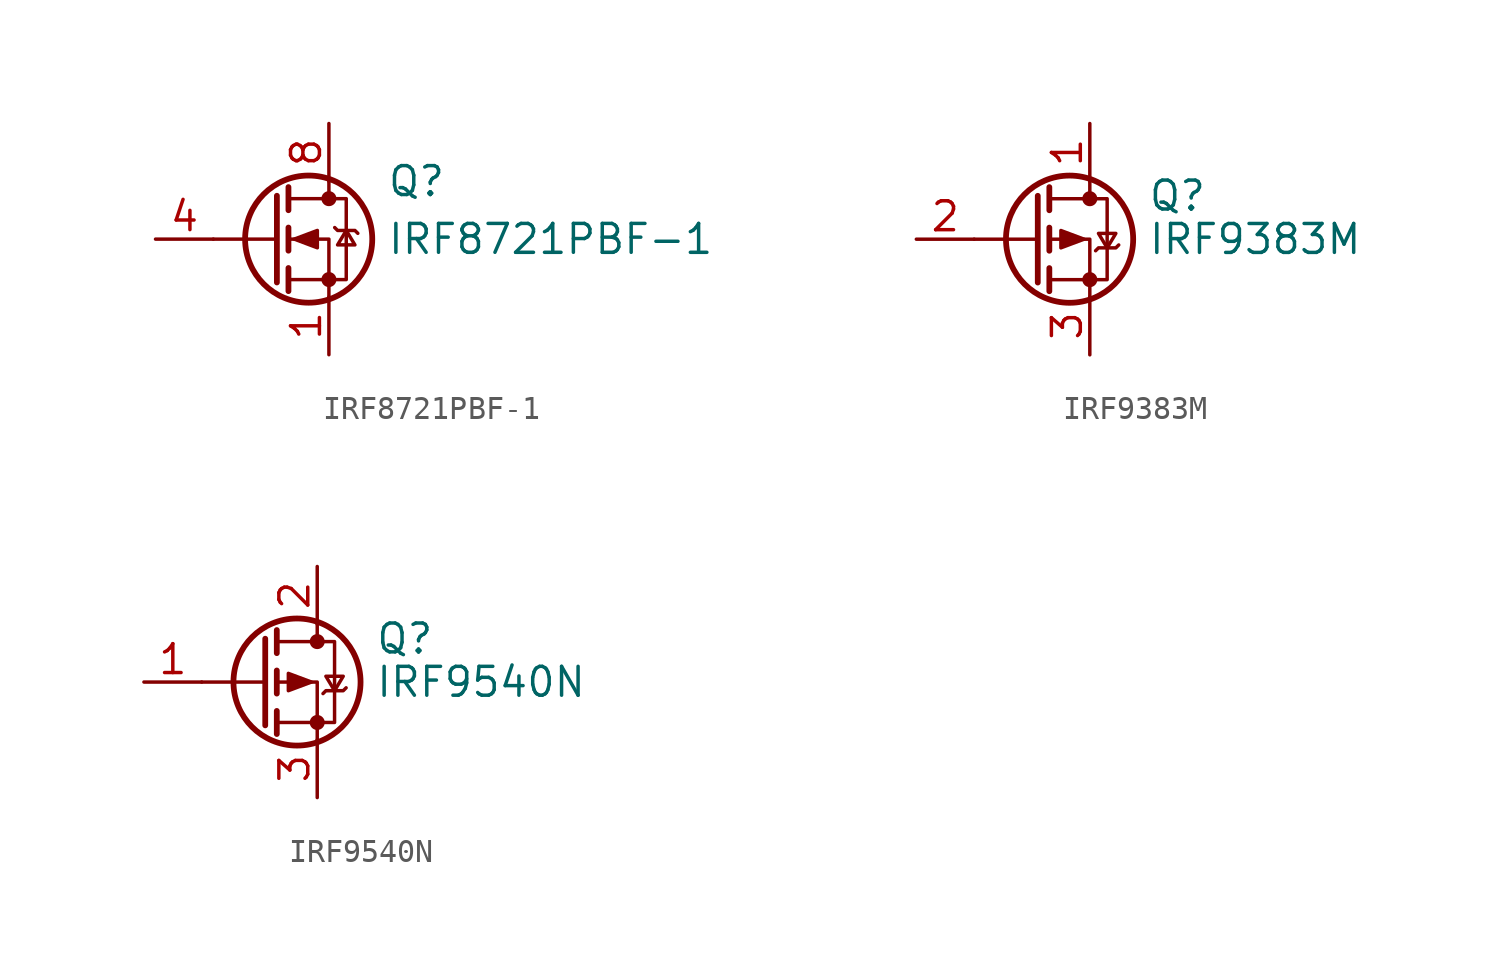
<source format=kicad_sym>
(kicad_symbol_lib
  (version 20200908)
  (generator kicad_symbol_editor)
  (symbol "Transistor_FET:IRF8721PBF-1"
    (pin_names hide)
    (property "Reference" "Q"
      (at 5.08 2.54 0)
      (effects (font (size 1.27 1.27)) (justify left)))
    (property "Value" "IRF8721PBF-1"
      (at 5.08 0 0)
      (effects (font (size 1.27 1.27)) (justify left)))
    (symbol "IRF8721PBF-1_0_1"
      (circle (center 1.651 0) (radius 2.794) (stroke (width 0.254)) (fill (type none)))
      (circle (center 2.54 -1.778) (radius 0.254) (stroke (width 0)) (fill (type outline)))
      (circle (center 2.54 1.778) (radius 0.254) (stroke (width 0)) (fill (type outline)))
      (polyline (pts (xy 0.254 0) (xy -2.54 0)) (stroke (width 0)) (fill (type none)))
      (polyline (pts (xy 0.254 1.905) (xy 0.254 -1.905)) (stroke (width 0.254)) (fill (type none)))
      (polyline (pts (xy 0.762 -1.27) (xy 0.762 -2.286)) (stroke (width 0.254)) (fill (type none)))
      (polyline (pts (xy 0.762 0.508) (xy 0.762 -0.508)) (stroke (width 0.254)) (fill (type none)))
      (polyline (pts (xy 0.762 2.286) (xy 0.762 1.27)) (stroke (width 0.254)) (fill (type none)))
      (polyline (pts (xy 2.54 2.54) (xy 2.54 1.778)) (stroke (width 0)) (fill (type none)))
      (polyline (pts (xy 2.54 -2.54) (xy 2.54 0) (xy 0.762 0)) (stroke (width 0)) (fill (type none)))
      (polyline (pts (xy 0.762 -1.778) (xy 3.302 -1.778) (xy 3.302 1.778) (xy 0.762 1.778)) (stroke (width 0)) (fill (type none)))
      (polyline (pts (xy 1.016 0) (xy 2.032 0.381) (xy 2.032 -0.381) (xy 1.016 0)) (stroke (width 0)) (fill (type outline)))
      (polyline (pts (xy 2.794 0.508) (xy 2.921 0.381) (xy 3.683 0.381) (xy 3.81 0.254)) (stroke (width 0)) (fill (type none)))
      (polyline (pts (xy 3.302 0.381) (xy 2.921 -0.254) (xy 3.683 -0.254) (xy 3.302 0.381)) (stroke (width 0)) (fill (type none))))
    (symbol "IRF8721PBF-1_1_1"
      (pin passive line (at 2.54 -5.08 90) (length 2.54) (name "S" (effects (font (size 1.27 1.27)))) (number "1" (effects (font (size 1.27 1.27)))))
      (pin passive line (at 2.54 -5.08 90) (length 2.54) hide (name "S" (effects (font (size 1.27 1.27)))) (number "2" (effects (font (size 1.27 1.27)))))
      (pin passive line (at 2.54 -5.08 90) (length 2.54) hide (name "S" (effects (font (size 1.27 1.27)))) (number "3" (effects (font (size 1.27 1.27)))))
      (pin input line (at -5.08 0 0) (length 2.54) (name "G" (effects (font (size 1.27 1.27)))) (number "4" (effects (font (size 1.27 1.27)))))
      (pin passive line (at 2.54 5.08 270) (length 2.54) hide (name "D" (effects (font (size 1.27 1.27)))) (number "5" (effects (font (size 1.27 1.27)))))
      (pin passive line (at 2.54 5.08 270) (length 2.54) hide (name "D" (effects (font (size 1.27 1.27)))) (number "6" (effects (font (size 1.27 1.27)))))
      (pin passive line (at 2.54 5.08 270) (length 2.54) hide (name "D" (effects (font (size 1.27 1.27)))) (number "7" (effects (font (size 1.27 1.27)))))
      (pin passive line (at 2.54 5.08 270) (length 2.54) (name "D" (effects (font (size 1.27 1.27)))) (number "8" (effects (font (size 1.27 1.27)))))))
  (symbol "Transistor_FET:IRF9383M"
    (pin_names hide)
    (property "Reference" "Q"
      (at 5.08 1.905 0)
      (effects (font (size 1.27 1.27)) (justify left)))
    (property "Value" "IRF9383M"
      (at 5.08 0 0)
      (effects (font (size 1.27 1.27)) (justify left)))
    (symbol "IRF9383M_0_1"
      (circle (center 1.651 0) (radius 2.794) (stroke (width 0.254)) (fill (type none)))
      (circle (center 2.54 -1.778) (radius 0.254) (stroke (width 0)) (fill (type outline)))
      (circle (center 2.54 1.778) (radius 0.254) (stroke (width 0)) (fill (type outline)))
      (polyline (pts (xy 0.254 0) (xy -2.54 0)) (stroke (width 0)) (fill (type none)))
      (polyline (pts (xy 0.254 1.905) (xy 0.254 -1.905)) (stroke (width 0.254)) (fill (type none)))
      (polyline (pts (xy 0.762 -1.27) (xy 0.762 -2.286)) (stroke (width 0.254)) (fill (type none)))
      (polyline (pts (xy 0.762 0.508) (xy 0.762 -0.508)) (stroke (width 0.254)) (fill (type none)))
      (polyline (pts (xy 0.762 2.286) (xy 0.762 1.27)) (stroke (width 0.254)) (fill (type none)))
      (polyline (pts (xy 2.54 2.54) (xy 2.54 1.778)) (stroke (width 0)) (fill (type none)))
      (polyline (pts (xy 2.54 -2.54) (xy 2.54 0) (xy 0.762 0)) (stroke (width 0)) (fill (type none)))
      (polyline (pts (xy 0.762 1.778) (xy 3.302 1.778) (xy 3.302 -1.778) (xy 0.762 -1.778)) (stroke (width 0)) (fill (type none)))
      (polyline (pts (xy 2.286 0) (xy 1.27 0.381) (xy 1.27 -0.381) (xy 2.286 0)) (stroke (width 0)) (fill (type outline)))
      (polyline (pts (xy 2.794 -0.508) (xy 2.921 -0.381) (xy 3.683 -0.381) (xy 3.81 -0.254)) (stroke (width 0)) (fill (type none)))
      (polyline (pts (xy 3.302 -0.381) (xy 2.921 0.254) (xy 3.683 0.254) (xy 3.302 -0.381)) (stroke (width 0)) (fill (type none))))
    (symbol "IRF9383M_1_1"
      (pin passive line (at 2.54 5.08 270) (length 2.54) (name "D" (effects (font (size 1.27 1.27)))) (number "1" (effects (font (size 1.27 1.27)))))
      (pin input line (at -5.08 0 0) (length 2.54) (name "G" (effects (font (size 1.27 1.27)))) (number "2" (effects (font (size 1.27 1.27)))))
      (pin passive line (at 2.54 -5.08 90) (length 2.54) (name "S" (effects (font (size 1.27 1.27)))) (number "3" (effects (font (size 1.27 1.27)))))))
  (symbol "Transistor_FET:IRF9540N"
    (pin_names hide)
    (property "Reference" "Q"
      (at 5.08 1.905 0)
      (effects (font (size 1.27 1.27)) (justify left)))
    (property "Value" "IRF9540N"
      (at 5.08 0 0)
      (effects (font (size 1.27 1.27)) (justify left)))
    (symbol "IRF9540N_0_1"
      (circle (center 1.651 0) (radius 2.794) (stroke (width 0.254)) (fill (type none)))
      (circle (center 2.54 -1.778) (radius 0.254) (stroke (width 0)) (fill (type outline)))
      (circle (center 2.54 1.778) (radius 0.254) (stroke (width 0)) (fill (type outline)))
      (polyline (pts (xy 0.254 0) (xy -2.54 0)) (stroke (width 0)) (fill (type none)))
      (polyline (pts (xy 0.254 1.905) (xy 0.254 -1.905)) (stroke (width 0.254)) (fill (type none)))
      (polyline (pts (xy 0.762 -1.27) (xy 0.762 -2.286)) (stroke (width 0.254)) (fill (type none)))
      (polyline (pts (xy 0.762 0.508) (xy 0.762 -0.508)) (stroke (width 0.254)) (fill (type none)))
      (polyline (pts (xy 0.762 2.286) (xy 0.762 1.27)) (stroke (width 0.254)) (fill (type none)))
      (polyline (pts (xy 2.54 2.54) (xy 2.54 1.778)) (stroke (width 0)) (fill (type none)))
      (polyline (pts (xy 2.54 -2.54) (xy 2.54 0) (xy 0.762 0)) (stroke (width 0)) (fill (type none)))
      (polyline (pts (xy 0.762 1.778) (xy 3.302 1.778) (xy 3.302 -1.778) (xy 0.762 -1.778)) (stroke (width 0)) (fill (type none)))
      (polyline (pts (xy 2.286 0) (xy 1.27 0.381) (xy 1.27 -0.381) (xy 2.286 0)) (stroke (width 0)) (fill (type outline)))
      (polyline (pts (xy 2.794 -0.508) (xy 2.921 -0.381) (xy 3.683 -0.381) (xy 3.81 -0.254)) (stroke (width 0)) (fill (type none)))
      (polyline (pts (xy 3.302 -0.381) (xy 2.921 0.254) (xy 3.683 0.254) (xy 3.302 -0.381)) (stroke (width 0)) (fill (type none))))
    (symbol "IRF9540N_1_1"
      (pin input line (at -5.08 0 0) (length 2.54) (name "G" (effects (font (size 1.27 1.27)))) (number "1" (effects (font (size 1.27 1.27)))))
      (pin passive line (at 2.54 5.08 270) (length 2.54) (name "D" (effects (font (size 1.27 1.27)))) (number "2" (effects (font (size 1.27 1.27)))))
      (pin passive line (at 2.54 -5.08 90) (length 2.54) (name "S" (effects (font (size 1.27 1.27)))) (number "3" (effects (font (size 1.27 1.27))))))))
</source>
